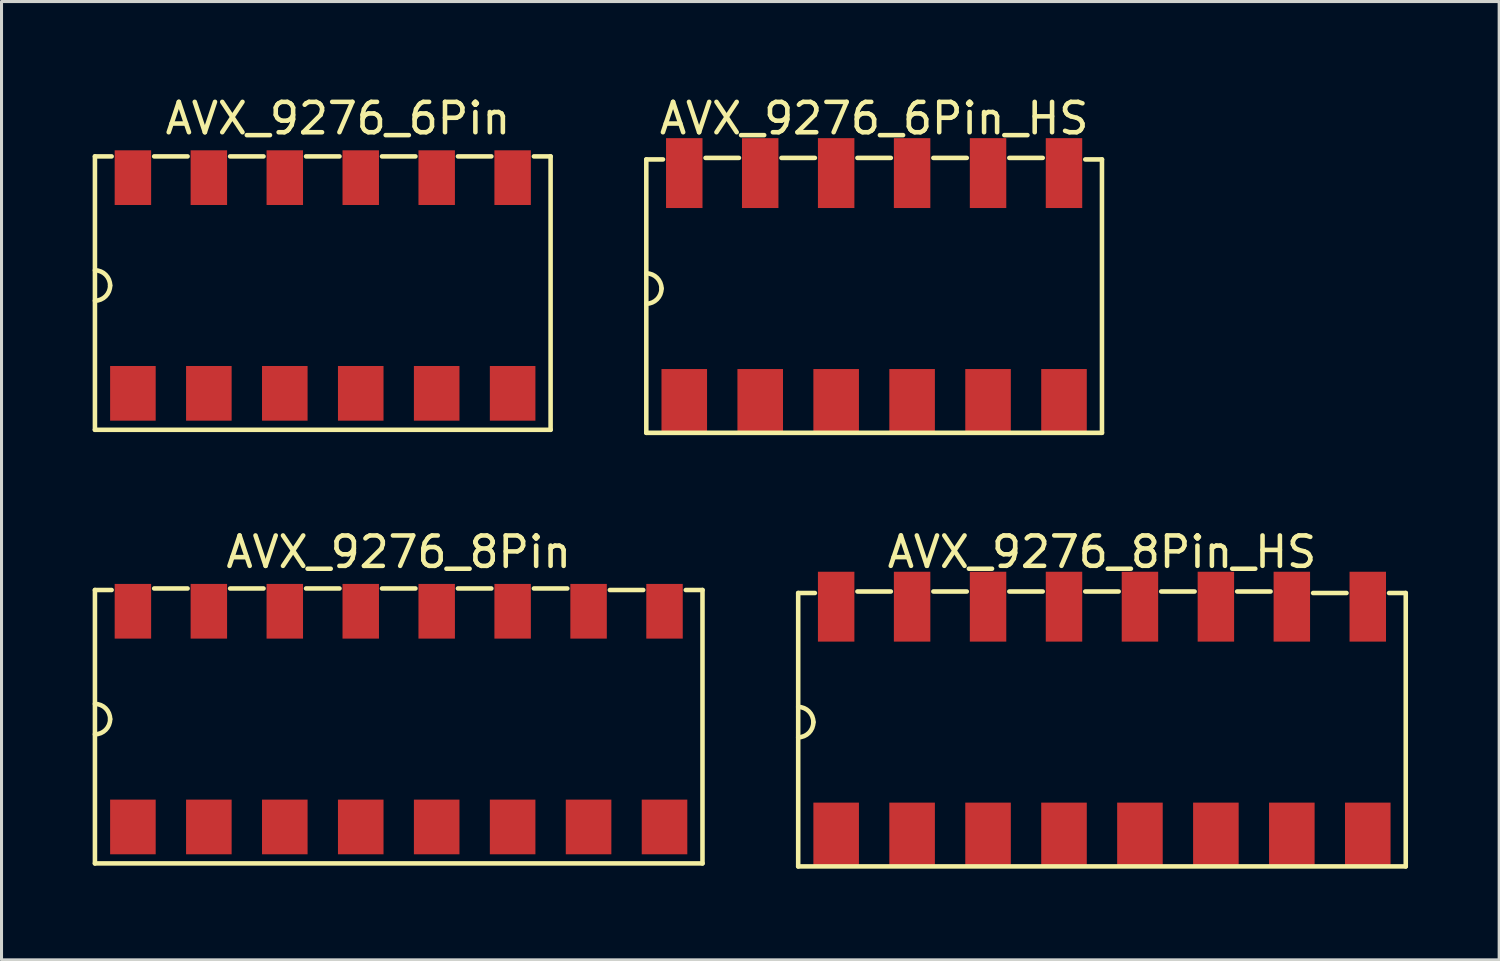
<source format=kicad_pcb>
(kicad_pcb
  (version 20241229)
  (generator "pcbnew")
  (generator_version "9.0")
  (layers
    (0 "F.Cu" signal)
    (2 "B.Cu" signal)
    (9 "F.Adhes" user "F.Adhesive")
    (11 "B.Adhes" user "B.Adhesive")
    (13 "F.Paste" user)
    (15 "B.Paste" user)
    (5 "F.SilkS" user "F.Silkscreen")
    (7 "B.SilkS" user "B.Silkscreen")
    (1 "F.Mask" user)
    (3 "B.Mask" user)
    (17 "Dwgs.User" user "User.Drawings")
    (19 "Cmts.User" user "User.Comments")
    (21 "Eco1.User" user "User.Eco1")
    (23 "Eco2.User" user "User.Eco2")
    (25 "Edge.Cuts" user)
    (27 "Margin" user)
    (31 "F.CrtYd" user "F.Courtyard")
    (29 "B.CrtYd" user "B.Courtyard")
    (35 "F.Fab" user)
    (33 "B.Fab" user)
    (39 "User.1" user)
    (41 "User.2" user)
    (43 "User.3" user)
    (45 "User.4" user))
  (footprint "AVX_9276_6Pin"
    (layer "F.Cu")
    (at 7.575 6.348)
    (property "Reference" "AVX_9276_6Pin" (at 0.5 -5.5 0) (layer "F.SilkS") (effects (font (size 1 1) (thickness 0.15))))
    (attr through_hole)
    (fp_line (start -7.5 -4.25) (end -7.5 4.75) (stroke (width 0.15) (type solid)) (layer "F.SilkS"))
    (fp_line (start -7.5 -4.25) (end -6.95 -4.25) (stroke (width 0.15) (type solid)) (layer "F.SilkS"))
    (fp_line (start -7.5 4.75) (end 7.5 4.75) (stroke (width 0.15) (type solid)) (layer "F.SilkS"))
    (fp_line (start -4.45 -4.25) (end -5.55 -4.25) (stroke (width 0.15) (type solid)) (layer "F.SilkS"))
    (fp_line (start -1.95 -4.25) (end -3.05 -4.25) (stroke (width 0.15) (type solid)) (layer "F.SilkS"))
    (fp_line (start 0.55 -4.25) (end -0.55 -4.25) (stroke (width 0.15) (type solid)) (layer "F.SilkS"))
    (fp_line (start 3.05 -4.25) (end 1.95 -4.25) (stroke (width 0.15) (type solid)) (layer "F.SilkS"))
    (fp_line (start 5.55 -4.25) (end 4.45 -4.25) (stroke (width 0.15) (type solid)) (layer "F.SilkS"))
    (fp_line (start 7.5 -4.25) (end 6.95 -4.25) (stroke (width 0.15) (type solid)) (layer "F.SilkS"))
    (fp_line (start 7.5 4.75) (end 7.5 -4.25) (stroke (width 0.15) (type solid)) (layer "F.SilkS"))
    (fp_arc (start -7.5 -0.5) (mid -7.146447 -0.353553) (end -7 0) (stroke (width 0.15) (type solid)) (layer "F.SilkS"))
    (fp_arc (start -7 0) (mid -7.146447 0.353553) (end -7.5 0.5) (stroke (width 0.15) (type solid)) (layer "F.SilkS"))
    (pad "1" smd rect (at -6.25 -3.55) (size 1.2 1.8) (layers "F.Cu" "F.Mask" "F.Paste"))
    (pad "1" smd rect (at -6.25 3.55) (size 1.5 1.8) (layers "F.Cu" "F.Mask" "F.Paste"))
    (pad "2" smd rect (at -3.75 -3.55) (size 1.2 1.8) (layers "F.Cu" "F.Mask" "F.Paste"))
    (pad "2" smd rect (at -3.75 3.55) (size 1.5 1.8) (layers "F.Cu" "F.Mask" "F.Paste"))
    (pad "3" smd rect (at -1.25 -3.55) (size 1.2 1.8) (layers "F.Cu" "F.Mask" "F.Paste"))
    (pad "3" smd rect (at -1.25 3.55) (size 1.5 1.8) (layers "F.Cu" "F.Mask" "F.Paste"))
    (pad "4" smd rect (at 1.25 -3.55) (size 1.2 1.8) (layers "F.Cu" "F.Mask" "F.Paste"))
    (pad "4" smd rect (at 1.25 3.55) (size 1.5 1.8) (layers "F.Cu" "F.Mask" "F.Paste"))
    (pad "5" smd rect (at 3.75 -3.55) (size 1.2 1.8) (layers "F.Cu" "F.Mask" "F.Paste"))
    (pad "5" smd rect (at 3.75 3.55) (size 1.5 1.8) (layers "F.Cu" "F.Mask" "F.Paste"))
    (pad "6" smd rect (at 6.25 -3.55) (size 1.2 1.8) (layers "F.Cu" "F.Mask" "F.Paste"))
    (pad "6" smd rect (at 6.25 3.55) (size 1.5 1.8) (layers "F.Cu" "F.Mask" "F.Paste")))
  (footprint "AVX_9276_8Pin"
    (layer "F.Cu")
    (at 10.075 20.622)
    (property "Reference" "AVX_9276_8Pin" (at 0 -5.5 0) (layer "F.SilkS") (effects (font (size 1 1) (thickness 0.15))))
    (attr through_hole)
    (fp_line (start -10 -4.25) (end -10 4.75) (stroke (width 0.15) (type solid)) (layer "F.SilkS"))
    (fp_line (start -10 -4.25) (end -9.45 -4.25) (stroke (width 0.15) (type solid)) (layer "F.SilkS"))
    (fp_line (start -10 4.75) (end 10 4.75) (stroke (width 0.15) (type solid)) (layer "F.SilkS"))
    (fp_line (start -6.95 -4.3) (end -8.05 -4.3) (stroke (width 0.15) (type solid)) (layer "F.SilkS"))
    (fp_line (start -4.45 -4.3) (end -5.55 -4.3) (stroke (width 0.15) (type solid)) (layer "F.SilkS"))
    (fp_line (start -1.95 -4.3) (end -3.05 -4.3) (stroke (width 0.15) (type solid)) (layer "F.SilkS"))
    (fp_line (start 0.55 -4.3) (end -0.55 -4.3) (stroke (width 0.15) (type solid)) (layer "F.SilkS"))
    (fp_line (start 3.05 -4.3) (end 1.95 -4.3) (stroke (width 0.15) (type solid)) (layer "F.SilkS"))
    (fp_line (start 5.55 -4.3) (end 4.45 -4.3) (stroke (width 0.15) (type solid)) (layer "F.SilkS"))
    (fp_line (start 8.05 -4.25) (end 6.95 -4.25) (stroke (width 0.15) (type solid)) (layer "F.SilkS"))
    (fp_line (start 10 -4.25) (end 9.45 -4.25) (stroke (width 0.15) (type solid)) (layer "F.SilkS"))
    (fp_line (start 10 4.75) (end 10 -4.25) (stroke (width 0.15) (type solid)) (layer "F.SilkS"))
    (fp_arc (start -10 -0.5) (mid -9.646447 -0.353553) (end -9.5 0) (stroke (width 0.15) (type solid)) (layer "F.SilkS"))
    (fp_arc (start -9.5 0) (mid -9.646447 0.353553) (end -10 0.5) (stroke (width 0.15) (type solid)) (layer "F.SilkS"))
    (pad "1" smd rect (at -8.75 -3.55) (size 1.2 1.8) (layers "F.Cu" "F.Mask" "F.Paste"))
    (pad "1" smd rect (at -8.75 3.55) (size 1.5 1.8) (layers "F.Cu" "F.Mask" "F.Paste"))
    (pad "2" smd rect (at -6.25 -3.55) (size 1.2 1.8) (layers "F.Cu" "F.Mask" "F.Paste"))
    (pad "2" smd rect (at -6.25 3.55) (size 1.5 1.8) (layers "F.Cu" "F.Mask" "F.Paste"))
    (pad "3" smd rect (at -3.75 -3.55) (size 1.2 1.8) (layers "F.Cu" "F.Mask" "F.Paste"))
    (pad "3" smd rect (at -3.75 3.55) (size 1.5 1.8) (layers "F.Cu" "F.Mask" "F.Paste"))
    (pad "4" smd rect (at -1.25 -3.55) (size 1.2 1.8) (layers "F.Cu" "F.Mask" "F.Paste"))
    (pad "4" smd rect (at -1.25 3.55) (size 1.5 1.8) (layers "F.Cu" "F.Mask" "F.Paste"))
    (pad "5" smd rect (at 1.25 -3.55) (size 1.2 1.8) (layers "F.Cu" "F.Mask" "F.Paste"))
    (pad "5" smd rect (at 1.25 3.55) (size 1.5 1.8) (layers "F.Cu" "F.Mask" "F.Paste"))
    (pad "6" smd rect (at 3.75 -3.55) (size 1.2 1.8) (layers "F.Cu" "F.Mask" "F.Paste"))
    (pad "6" smd rect (at 3.75 3.55) (size 1.5 1.8) (layers "F.Cu" "F.Mask" "F.Paste"))
    (pad "7" smd rect (at 6.25 -3.55) (size 1.2 1.8) (layers "F.Cu" "F.Mask" "F.Paste"))
    (pad "7" smd rect (at 6.25 3.55) (size 1.5 1.8) (layers "F.Cu" "F.Mask" "F.Paste"))
    (pad "8" smd rect (at 8.75 -3.55) (size 1.2 1.8) (layers "F.Cu" "F.Mask" "F.Paste"))
    (pad "8" smd rect (at 8.75 3.55) (size 1.5 1.8) (layers "F.Cu" "F.Mask" "F.Paste")))
  (footprint "AVX_9276_6Pin_HS"
    (layer "F.Cu")
    (at 25.725 6.448)
    (property "Reference" "AVX_9276_6Pin_HS" (at 0 -5.6 0) (layer "F.SilkS") (effects (font (size 1 1) (thickness 0.15))))
    (attr through_hole)
    (fp_line (start -7.5 -4.25) (end -7.5 4.75) (stroke (width 0.15) (type solid)) (layer "F.SilkS"))
    (fp_line (start -7.5 -4.25) (end -6.95 -4.25) (stroke (width 0.15) (type solid)) (layer "F.SilkS"))
    (fp_line (start -7.5 4.75) (end 7.5 4.75) (stroke (width 0.15) (type solid)) (layer "F.SilkS"))
    (fp_line (start -4.45 -4.3) (end -5.55 -4.3) (stroke (width 0.15) (type solid)) (layer "F.SilkS"))
    (fp_line (start -1.95 -4.3) (end -3.05 -4.3) (stroke (width 0.15) (type solid)) (layer "F.SilkS"))
    (fp_line (start 0.55 -4.3) (end -0.55 -4.3) (stroke (width 0.15) (type solid)) (layer "F.SilkS"))
    (fp_line (start 3.05 -4.3) (end 1.95 -4.3) (stroke (width 0.15) (type solid)) (layer "F.SilkS"))
    (fp_line (start 5.55 -4.3) (end 4.45 -4.3) (stroke (width 0.15) (type solid)) (layer "F.SilkS"))
    (fp_line (start 7.5 -4.25) (end 6.95 -4.25) (stroke (width 0.15) (type solid)) (layer "F.SilkS"))
    (fp_line (start 7.5 4.75) (end 7.5 -4.25) (stroke (width 0.15) (type solid)) (layer "F.SilkS"))
    (fp_arc (start -7.5 -0.5) (mid -7.146447 -0.353553) (end -7 0) (stroke (width 0.15) (type solid)) (layer "F.SilkS"))
    (fp_arc (start -7 0) (mid -7.146447 0.353553) (end -7.5 0.5) (stroke (width 0.15) (type solid)) (layer "F.SilkS"))
    (pad "1" smd rect (at -6.25 -3.8) (size 1.2 2.3) (layers "F.Cu" "F.Mask" "F.Paste"))
    (pad "1" smd rect (at -6.25 3.7) (size 1.5 2.1) (layers "F.Cu" "F.Mask" "F.Paste"))
    (pad "2" smd rect (at -3.75 -3.8) (size 1.2 2.3) (layers "F.Cu" "F.Mask" "F.Paste"))
    (pad "2" smd rect (at -3.75 3.7) (size 1.5 2.1) (layers "F.Cu" "F.Mask" "F.Paste"))
    (pad "3" smd rect (at -1.25 -3.8) (size 1.2 2.3) (layers "F.Cu" "F.Mask" "F.Paste"))
    (pad "3" smd rect (at -1.25 3.7) (size 1.5 2.1) (layers "F.Cu" "F.Mask" "F.Paste"))
    (pad "4" smd rect (at 1.25 -3.8) (size 1.2 2.3) (layers "F.Cu" "F.Mask" "F.Paste"))
    (pad "4" smd rect (at 1.25 3.7) (size 1.5 2.1) (layers "F.Cu" "F.Mask" "F.Paste"))
    (pad "5" smd rect (at 3.75 -3.8) (size 1.2 2.3) (layers "F.Cu" "F.Mask" "F.Paste"))
    (pad "5" smd rect (at 3.75 3.7) (size 1.5 2.1) (layers "F.Cu" "F.Mask" "F.Paste"))
    (pad "6" smd rect (at 6.25 -3.8) (size 1.2 2.3) (layers "F.Cu" "F.Mask" "F.Paste"))
    (pad "6" smd rect (at 6.25 3.7) (size 1.5 2.1) (layers "F.Cu" "F.Mask" "F.Paste")))
  (footprint "AVX_9276_8Pin_HS"
    (layer "F.Cu")
    (at 33.225 20.721)
    (property "Reference" "AVX_9276_8Pin_HS" (at 0 -5.6 0) (layer "F.SilkS") (effects (font (size 1 1) (thickness 0.15))))
    (attr through_hole)
    (fp_line (start -10 -4.25) (end -10 4.75) (stroke (width 0.15) (type solid)) (layer "F.SilkS"))
    (fp_line (start -10 -4.25) (end -9.45 -4.25) (stroke (width 0.15) (type solid)) (layer "F.SilkS"))
    (fp_line (start -10 4.75) (end 10 4.75) (stroke (width 0.15) (type solid)) (layer "F.SilkS"))
    (fp_line (start -6.95 -4.3) (end -8.05 -4.3) (stroke (width 0.15) (type solid)) (layer "F.SilkS"))
    (fp_line (start -4.45 -4.3) (end -5.55 -4.3) (stroke (width 0.15) (type solid)) (layer "F.SilkS"))
    (fp_line (start -1.95 -4.3) (end -3.05 -4.3) (stroke (width 0.15) (type solid)) (layer "F.SilkS"))
    (fp_line (start 0.55 -4.3) (end -0.55 -4.3) (stroke (width 0.15) (type solid)) (layer "F.SilkS"))
    (fp_line (start 3.05 -4.3) (end 1.95 -4.3) (stroke (width 0.15) (type solid)) (layer "F.SilkS"))
    (fp_line (start 5.55 -4.3) (end 4.45 -4.3) (stroke (width 0.15) (type solid)) (layer "F.SilkS"))
    (fp_line (start 8.05 -4.25) (end 6.95 -4.25) (stroke (width 0.15) (type solid)) (layer "F.SilkS"))
    (fp_line (start 10 -4.25) (end 9.45 -4.25) (stroke (width 0.15) (type solid)) (layer "F.SilkS"))
    (fp_line (start 10 4.75) (end 10 -4.25) (stroke (width 0.15) (type solid)) (layer "F.SilkS"))
    (fp_arc (start -10 -0.5) (mid -9.646447 -0.353553) (end -9.5 0) (stroke (width 0.15) (type solid)) (layer "F.SilkS"))
    (fp_arc (start -9.5 0) (mid -9.646447 0.353553) (end -10 0.5) (stroke (width 0.15) (type solid)) (layer "F.SilkS"))
    (pad "1" smd rect (at -8.75 -3.8) (size 1.2 2.3) (layers "F.Cu" "F.Mask" "F.Paste"))
    (pad "1" smd rect (at -8.75 3.7) (size 1.5 2.1) (layers "F.Cu" "F.Mask" "F.Paste"))
    (pad "2" smd rect (at -6.25 -3.8) (size 1.2 2.3) (layers "F.Cu" "F.Mask" "F.Paste"))
    (pad "2" smd rect (at -6.25 3.7) (size 1.5 2.1) (layers "F.Cu" "F.Mask" "F.Paste"))
    (pad "3" smd rect (at -3.75 -3.8) (size 1.2 2.3) (layers "F.Cu" "F.Mask" "F.Paste"))
    (pad "3" smd rect (at -3.75 3.7) (size 1.5 2.1) (layers "F.Cu" "F.Mask" "F.Paste"))
    (pad "4" smd rect (at -1.25 -3.8) (size 1.2 2.3) (layers "F.Cu" "F.Mask" "F.Paste"))
    (pad "4" smd rect (at -1.25 3.7) (size 1.5 2.1) (layers "F.Cu" "F.Mask" "F.Paste"))
    (pad "5" smd rect (at 1.25 -3.8) (size 1.2 2.3) (layers "F.Cu" "F.Mask" "F.Paste"))
    (pad "5" smd rect (at 1.25 3.7) (size 1.5 2.1) (layers "F.Cu" "F.Mask" "F.Paste"))
    (pad "6" smd rect (at 3.75 -3.8) (size 1.2 2.3) (layers "F.Cu" "F.Mask" "F.Paste"))
    (pad "6" smd rect (at 3.75 3.7) (size 1.5 2.1) (layers "F.Cu" "F.Mask" "F.Paste"))
    (pad "7" smd rect (at 6.25 -3.8) (size 1.2 2.3) (layers "F.Cu" "F.Mask" "F.Paste"))
    (pad "7" smd rect (at 6.25 3.7) (size 1.5 2.1) (layers "F.Cu" "F.Mask" "F.Paste"))
    (pad "8" smd rect (at 8.75 -3.8) (size 1.2 2.3) (layers "F.Cu" "F.Mask" "F.Paste"))
    (pad "8" smd rect (at 8.75 3.7) (size 1.5 2.1) (layers "F.Cu" "F.Mask" "F.Paste")))
  (gr_rect
    (start -3 -3)
    (end 46.3 28.547)
    (stroke (width 0.1) (type default))
    (fill no)
    (layer "Edge.Cuts")))
</source>
